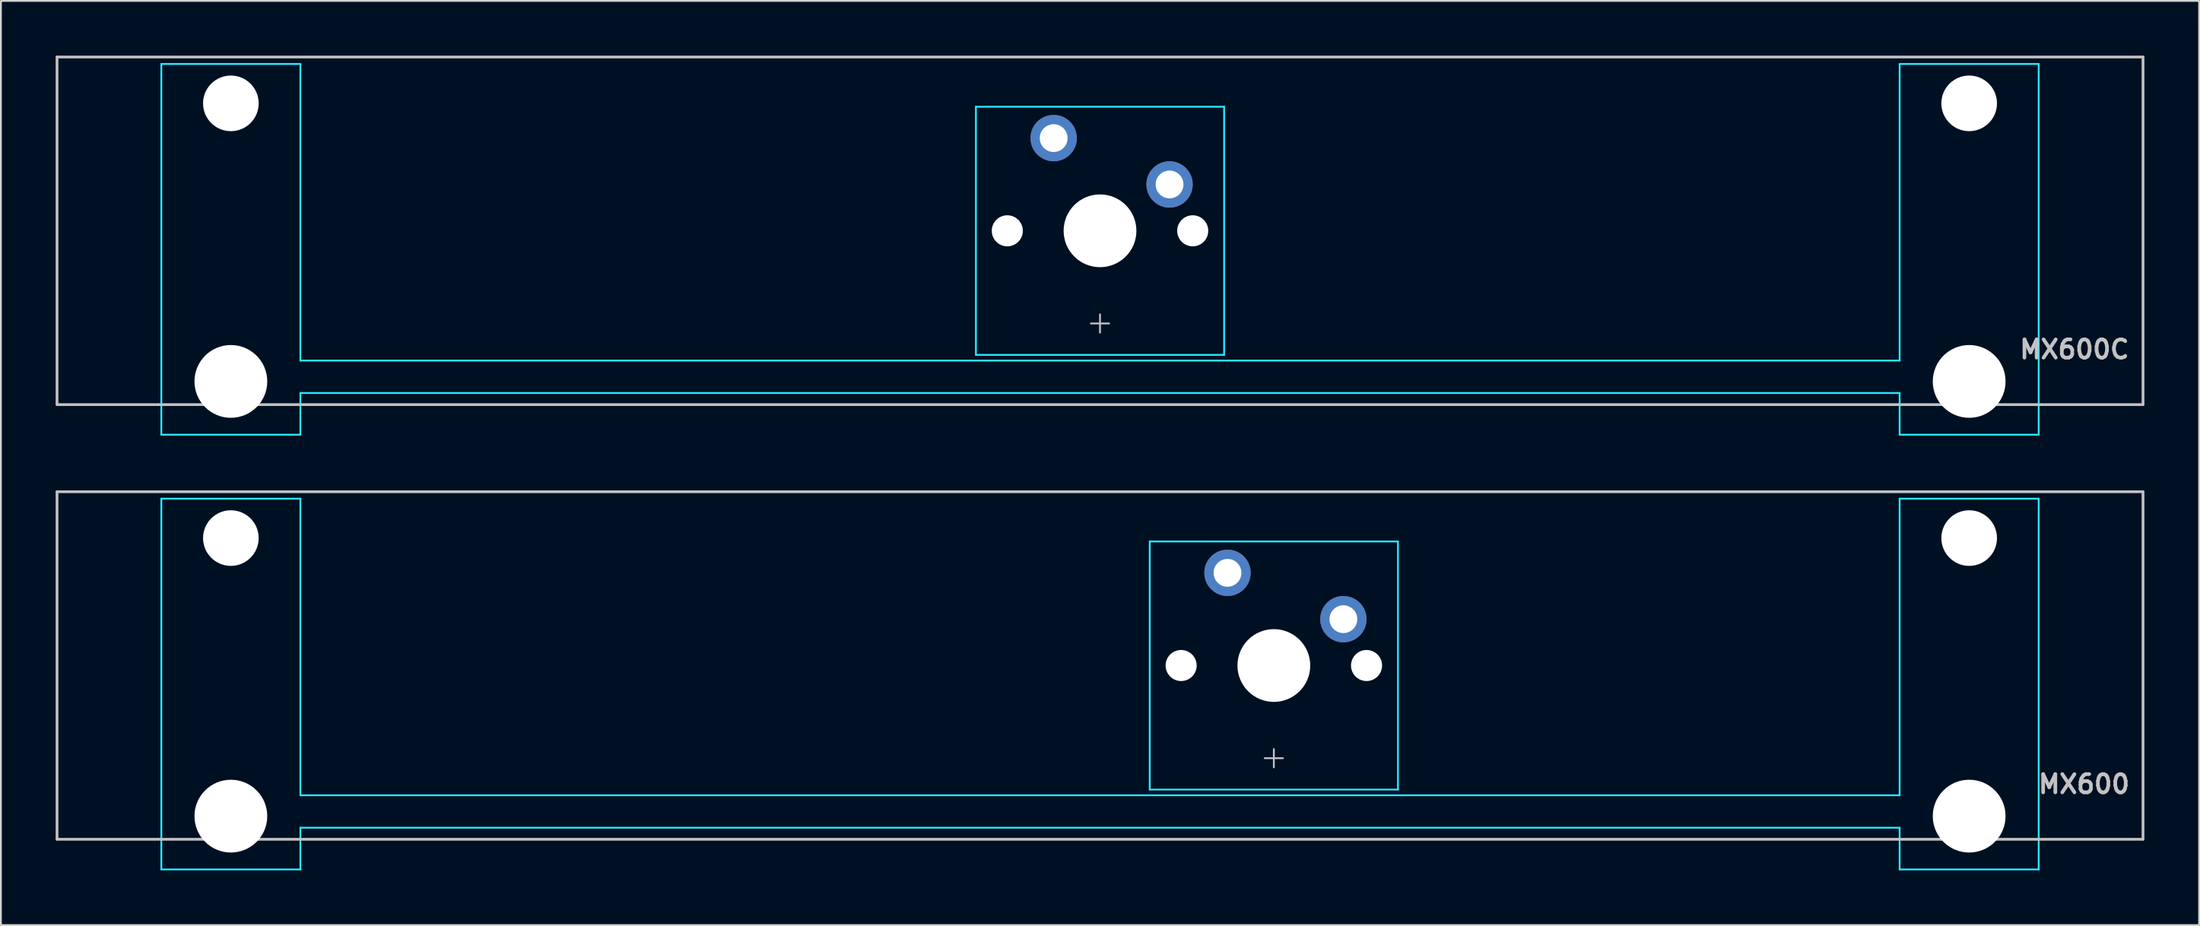
<source format=kicad_pcb>
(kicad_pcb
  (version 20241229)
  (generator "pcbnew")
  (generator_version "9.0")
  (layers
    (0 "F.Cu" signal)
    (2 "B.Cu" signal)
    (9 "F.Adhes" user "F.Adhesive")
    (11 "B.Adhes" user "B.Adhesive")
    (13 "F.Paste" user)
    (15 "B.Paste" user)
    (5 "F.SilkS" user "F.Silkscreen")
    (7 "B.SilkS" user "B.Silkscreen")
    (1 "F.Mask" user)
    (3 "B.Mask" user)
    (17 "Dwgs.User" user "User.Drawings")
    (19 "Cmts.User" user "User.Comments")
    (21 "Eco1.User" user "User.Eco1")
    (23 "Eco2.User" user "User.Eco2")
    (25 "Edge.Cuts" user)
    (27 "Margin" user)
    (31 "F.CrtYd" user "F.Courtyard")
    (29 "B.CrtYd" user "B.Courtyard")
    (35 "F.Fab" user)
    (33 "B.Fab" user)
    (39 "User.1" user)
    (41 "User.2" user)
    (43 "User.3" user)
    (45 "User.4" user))
  (footprint "MX600"
    (layer "F.Cu")
    (at 66.75 33.426)
    (property "Reference" "MX600" (at 47 6.5 0) (layer "Dwgs.User") (effects (font (size 1 1) (thickness 0.2)) (justify right)))
    (attr through_hole)
    (fp_line (start -66.675 -9.525) (end 47.625 -9.525) (stroke (width 0.15) (type solid)) (layer "Dwgs.User"))
    (fp_line (start -66.675 9.525) (end -66.675 -9.525) (stroke (width 0.15) (type solid)) (layer "Dwgs.User"))
    (fp_line (start -66.675 9.525) (end 47.625 9.525) (stroke (width 0.15) (type solid)) (layer "Dwgs.User"))
    (fp_line (start -0.5 5.08) (end 0.5 5.08) (stroke (width 0.1) (type solid)) (layer "Dwgs.User"))
    (fp_line (start 0 5.58) (end 0 4.58) (stroke (width 0.1) (type solid)) (layer "Dwgs.User"))
    (fp_line (start 47.625 -9.525) (end 47.625 9.525) (stroke (width 0.15) (type solid)) (layer "Dwgs.User"))
    (fp_line (start -60.65 -5.485) (end -60.65 8.515) (stroke (width 0.1) (type solid)) (layer "Eco1.User"))
    (fp_line (start -60.15 -5.985) (end -54.15 -5.985) (stroke (width 0.1) (type solid)) (layer "Eco1.User"))
    (fp_line (start -54.15 9.015) (end -60.15 9.015) (stroke (width 0.1) (type solid)) (layer "Eco1.User"))
    (fp_line (start -53.65 8.515) (end -53.65 -5.485) (stroke (width 0.1) (type solid)) (layer "Eco1.User"))
    (fp_line (start -7 -6.5) (end -7 6.5) (stroke (width 0.1) (type solid)) (layer "Eco1.User"))
    (fp_line (start -6.5 7) (end 6.5 7) (stroke (width 0.1) (type solid)) (layer "Eco1.User"))
    (fp_line (start 6.5 -7) (end -6.5 -7) (stroke (width 0.1) (type solid)) (layer "Eco1.User"))
    (fp_line (start 7 6.5) (end 7 -6.5) (stroke (width 0.1) (type solid)) (layer "Eco1.User"))
    (fp_line (start 34.6 -5.485) (end 34.6 8.515) (stroke (width 0.1) (type solid)) (layer "Eco1.User"))
    (fp_line (start 35.1 -5.985) (end 41.1 -5.985) (stroke (width 0.1) (type solid)) (layer "Eco1.User"))
    (fp_line (start 41.1 9.015) (end 35.1 9.015) (stroke (width 0.1) (type solid)) (layer "Eco1.User"))
    (fp_line (start 41.6 8.515) (end 41.6 -5.485) (stroke (width 0.1) (type solid)) (layer "Eco1.User"))
    (fp_arc (start -60.65 -5.485) (mid -60.503553 -5.838553) (end -60.15 -5.985) (stroke (width 0.1) (type solid)) (layer "Eco1.User"))
    (fp_arc (start -60.15 9.015) (mid -60.503553 8.868553) (end -60.65 8.515) (stroke (width 0.1) (type solid)) (layer "Eco1.User"))
    (fp_arc (start -54.15 -5.985) (mid -53.796447 -5.838553) (end -53.65 -5.485) (stroke (width 0.1) (type solid)) (layer "Eco1.User"))
    (fp_arc (start -53.65 8.515) (mid -53.796447 8.868553) (end -54.15 9.015) (stroke (width 0.1) (type solid)) (layer "Eco1.User"))
    (fp_arc (start -7 -6.5) (mid -6.853553 -6.853553) (end -6.5 -7) (stroke (width 0.1) (type solid)) (layer "Eco1.User"))
    (fp_arc (start -6.5 7) (mid -6.853553 6.853553) (end -7 6.5) (stroke (width 0.1) (type solid)) (layer "Eco1.User"))
    (fp_arc (start 6.5 -7) (mid 6.853553 -6.853553) (end 7 -6.5) (stroke (width 0.1) (type solid)) (layer "Eco1.User"))
    (fp_arc (start 7 6.5) (mid 6.853553 6.853553) (end 6.5 7) (stroke (width 0.1) (type solid)) (layer "Eco1.User"))
    (fp_arc (start 34.6 -5.485) (mid 34.746447 -5.838553) (end 35.1 -5.985) (stroke (width 0.1) (type solid)) (layer "Eco1.User"))
    (fp_arc (start 35.1 9.015) (mid 34.746447 8.868553) (end 34.6 8.515) (stroke (width 0.1) (type solid)) (layer "Eco1.User"))
    (fp_arc (start 41.1 -5.985) (mid 41.453553 -5.838553) (end 41.6 -5.485) (stroke (width 0.1) (type solid)) (layer "Eco1.User"))
    (fp_arc (start 41.6 8.515) (mid 41.453553 8.868553) (end 41.1 9.015) (stroke (width 0.1) (type solid)) (layer "Eco1.User"))
    (fp_line (start -60.96 -9.144) (end -60.96 11.176) (stroke (width 0.1) (type solid)) (layer "B.CrtYd"))
    (fp_line (start -60.96 -9.144) (end -53.34 -9.144) (stroke (width 0.1) (type solid)) (layer "B.CrtYd"))
    (fp_line (start -60.96 11.176) (end -53.34 11.176) (stroke (width 0.1) (type solid)) (layer "B.CrtYd"))
    (fp_line (start -53.34 7.112) (end -53.34 -9.144) (stroke (width 0.1) (type solid)) (layer "B.CrtYd"))
    (fp_line (start -53.34 7.112) (end 34.29 7.112) (stroke (width 0.1) (type solid)) (layer "B.CrtYd"))
    (fp_line (start -53.34 8.89) (end -53.34 11.176) (stroke (width 0.1) (type solid)) (layer "B.CrtYd"))
    (fp_line (start -53.34 8.89) (end 34.29 8.89) (stroke (width 0.1) (type solid)) (layer "B.CrtYd"))
    (fp_line (start -6.8 -6.8) (end -6.8 6.8) (stroke (width 0.1) (type solid)) (layer "B.CrtYd"))
    (fp_line (start -6.8 -6.8) (end 6.8 -6.8) (stroke (width 0.1) (type solid)) (layer "B.CrtYd"))
    (fp_line (start -6.8 6.8) (end 6.8 6.8) (stroke (width 0.1) (type solid)) (layer "B.CrtYd"))
    (fp_line (start 6.8 6.8) (end 6.8 -6.8) (stroke (width 0.1) (type solid)) (layer "B.CrtYd"))
    (fp_line (start 34.29 -9.144) (end 41.91 -9.144) (stroke (width 0.1) (type solid)) (layer "B.CrtYd"))
    (fp_line (start 34.29 7.112) (end 34.29 -9.144) (stroke (width 0.1) (type solid)) (layer "B.CrtYd"))
    (fp_line (start 34.29 8.89) (end 34.29 11.176) (stroke (width 0.1) (type solid)) (layer "B.CrtYd"))
    (fp_line (start 34.29 11.176) (end 41.91 11.176) (stroke (width 0.1) (type solid)) (layer "B.CrtYd"))
    (fp_line (start 41.91 -9.144) (end 41.91 11.176) (stroke (width 0.1) (type solid)) (layer "B.CrtYd"))
    (pad "" np_thru_hole circle (at -57.15 -6.985 180) (size 3.048 3.048) (drill 3.048) (layers "*.Cu" "*.Mask"))
    (pad "" np_thru_hole circle (at -57.15 8.255 180) (size 3.988 3.988) (drill 3.988) (layers "*.Cu" "*.Mask"))
    (pad "" np_thru_hole circle (at -5.08 0) (size 1.702 1.702) (drill 1.702) (layers "*.Cu" "*.Mask"))
    (pad "" connect circle (at -2.54 -5.08) (size 1.524 1.524) (layers "B.Mask"))
    (pad "" np_thru_hole circle (at 0 0) (size 3.988 3.988) (drill 3.988) (layers "*.Cu" "*.Mask"))
    (pad "" connect circle (at 3.81 -2.54) (size 1.524 1.524) (layers "B.Mask"))
    (pad "" np_thru_hole circle (at 5.08 0) (size 1.702 1.702) (drill 1.702) (layers "*.Cu" "*.Mask"))
    (pad "" np_thru_hole circle (at 38.1 -6.985 180) (size 3.048 3.048) (drill 3.048) (layers "*.Cu" "*.Mask"))
    (pad "" np_thru_hole circle (at 38.1 8.255 180) (size 3.988 3.988) (drill 3.988) (layers "*.Cu" "*.Mask"))
    (pad "1" thru_hole circle (at -2.54 -5.08) (size 2.54 2.54) (drill 1.524) (layers "*.Cu" "F.Mask"))
    (pad "2" thru_hole circle (at 3.81 -2.54) (size 2.54 2.54) (drill 1.524) (layers "*.Cu" "F.Mask")))
  (footprint "MX600C"
    (layer "F.Cu")
    (at 57.225 9.6)
    (property "Reference" "MX600C" (at 56.5 6.5 0) (layer "Dwgs.User") (effects (font (size 1 1) (thickness 0.2)) (justify right)))
    (attr through_hole)
    (fp_line (start -57.15 -9.525) (end 57.15 -9.525) (stroke (width 0.15) (type solid)) (layer "Dwgs.User"))
    (fp_line (start -57.15 9.525) (end -57.15 -9.525) (stroke (width 0.15) (type solid)) (layer "Dwgs.User"))
    (fp_line (start -57.15 9.525) (end 57.15 9.525) (stroke (width 0.15) (type solid)) (layer "Dwgs.User"))
    (fp_line (start -0.5 5.08) (end 0.5 5.08) (stroke (width 0.1) (type solid)) (layer "Dwgs.User"))
    (fp_line (start 0 5.58) (end 0 4.58) (stroke (width 0.1) (type solid)) (layer "Dwgs.User"))
    (fp_line (start 57.15 -9.525) (end 57.15 9.525) (stroke (width 0.15) (type solid)) (layer "Dwgs.User"))
    (fp_line (start -51.125 -5.485) (end -51.125 8.515) (stroke (width 0.1) (type solid)) (layer "Eco1.User"))
    (fp_line (start -50.625 -5.985) (end -44.625 -5.985) (stroke (width 0.1) (type solid)) (layer "Eco1.User"))
    (fp_line (start -44.625 9.015) (end -50.625 9.015) (stroke (width 0.1) (type solid)) (layer "Eco1.User"))
    (fp_line (start -44.125 8.515) (end -44.125 -5.485) (stroke (width 0.1) (type solid)) (layer "Eco1.User"))
    (fp_line (start -7 -6.5) (end -7 6.5) (stroke (width 0.1) (type solid)) (layer "Eco1.User"))
    (fp_line (start -6.5 7) (end 6.5 7) (stroke (width 0.1) (type solid)) (layer "Eco1.User"))
    (fp_line (start 6.5 -7) (end -6.5 -7) (stroke (width 0.1) (type solid)) (layer "Eco1.User"))
    (fp_line (start 7 6.5) (end 7 -6.5) (stroke (width 0.1) (type solid)) (layer "Eco1.User"))
    (fp_line (start 44.125 -5.485) (end 44.125 8.515) (stroke (width 0.1) (type solid)) (layer "Eco1.User"))
    (fp_line (start 44.625 -5.985) (end 50.625 -5.985) (stroke (width 0.1) (type solid)) (layer "Eco1.User"))
    (fp_line (start 50.625 9.015) (end 44.625 9.015) (stroke (width 0.1) (type solid)) (layer "Eco1.User"))
    (fp_line (start 51.125 8.515) (end 51.125 -5.485) (stroke (width 0.1) (type solid)) (layer "Eco1.User"))
    (fp_arc (start -51.125 -5.485) (mid -50.978553 -5.838553) (end -50.625 -5.985) (stroke (width 0.1) (type solid)) (layer "Eco1.User"))
    (fp_arc (start -50.625 9.015) (mid -50.978553 8.868553) (end -51.125 8.515) (stroke (width 0.1) (type solid)) (layer "Eco1.User"))
    (fp_arc (start -44.625 -5.985) (mid -44.271447 -5.838553) (end -44.125 -5.485) (stroke (width 0.1) (type solid)) (layer "Eco1.User"))
    (fp_arc (start -44.125 8.515) (mid -44.271447 8.868553) (end -44.625 9.015) (stroke (width 0.1) (type solid)) (layer "Eco1.User"))
    (fp_arc (start -7 -6.5) (mid -6.853553 -6.853553) (end -6.5 -7) (stroke (width 0.1) (type solid)) (layer "Eco1.User"))
    (fp_arc (start -6.5 7) (mid -6.853553 6.853553) (end -7 6.5) (stroke (width 0.1) (type solid)) (layer "Eco1.User"))
    (fp_arc (start 6.5 -7) (mid 6.853553 -6.853553) (end 7 -6.5) (stroke (width 0.1) (type solid)) (layer "Eco1.User"))
    (fp_arc (start 7 6.5) (mid 6.853553 6.853553) (end 6.5 7) (stroke (width 0.1) (type solid)) (layer "Eco1.User"))
    (fp_arc (start 44.125 -5.485) (mid 44.271447 -5.838553) (end 44.625 -5.985) (stroke (width 0.1) (type solid)) (layer "Eco1.User"))
    (fp_arc (start 44.625 9.015) (mid 44.271447 8.868553) (end 44.125 8.515) (stroke (width 0.1) (type solid)) (layer "Eco1.User"))
    (fp_arc (start 50.625 -5.985) (mid 50.978553 -5.838553) (end 51.125 -5.485) (stroke (width 0.1) (type solid)) (layer "Eco1.User"))
    (fp_arc (start 51.125 8.515) (mid 50.978553 8.868553) (end 50.625 9.015) (stroke (width 0.1) (type solid)) (layer "Eco1.User"))
    (fp_line (start -51.435 -9.144) (end -51.435 11.176) (stroke (width 0.1) (type solid)) (layer "B.CrtYd"))
    (fp_line (start -51.435 -9.144) (end -43.815 -9.144) (stroke (width 0.1) (type solid)) (layer "B.CrtYd"))
    (fp_line (start -51.435 11.176) (end -43.815 11.176) (stroke (width 0.1) (type solid)) (layer "B.CrtYd"))
    (fp_line (start -43.815 7.112) (end -43.815 -9.144) (stroke (width 0.1) (type solid)) (layer "B.CrtYd"))
    (fp_line (start -43.815 7.112) (end 43.815 7.112) (stroke (width 0.1) (type solid)) (layer "B.CrtYd"))
    (fp_line (start -43.815 8.89) (end -43.815 11.176) (stroke (width 0.1) (type solid)) (layer "B.CrtYd"))
    (fp_line (start -43.815 8.89) (end 43.815 8.89) (stroke (width 0.1) (type solid)) (layer "B.CrtYd"))
    (fp_line (start -6.8 -6.8) (end -6.8 6.8) (stroke (width 0.1) (type solid)) (layer "B.CrtYd"))
    (fp_line (start -6.8 -6.8) (end 6.8 -6.8) (stroke (width 0.1) (type solid)) (layer "B.CrtYd"))
    (fp_line (start -6.8 6.8) (end 6.8 6.8) (stroke (width 0.1) (type solid)) (layer "B.CrtYd"))
    (fp_line (start 6.8 6.8) (end 6.8 -6.8) (stroke (width 0.1) (type solid)) (layer "B.CrtYd"))
    (fp_line (start 43.815 -9.144) (end 51.435 -9.144) (stroke (width 0.1) (type solid)) (layer "B.CrtYd"))
    (fp_line (start 43.815 7.112) (end 43.815 -9.144) (stroke (width 0.1) (type solid)) (layer "B.CrtYd"))
    (fp_line (start 43.815 8.89) (end 43.815 11.176) (stroke (width 0.1) (type solid)) (layer "B.CrtYd"))
    (fp_line (start 43.815 11.176) (end 51.435 11.176) (stroke (width 0.1) (type solid)) (layer "B.CrtYd"))
    (fp_line (start 51.435 -9.144) (end 51.435 11.176) (stroke (width 0.1) (type solid)) (layer "B.CrtYd"))
    (pad "" np_thru_hole circle (at -47.625 -6.985 180) (size 3.048 3.048) (drill 3.048) (layers "*.Cu" "*.Mask"))
    (pad "" np_thru_hole circle (at -47.625 8.255 180) (size 3.988 3.988) (drill 3.988) (layers "*.Cu" "*.Mask"))
    (pad "" np_thru_hole circle (at -5.08 0) (size 1.702 1.702) (drill 1.702) (layers "*.Cu" "*.Mask"))
    (pad "" connect circle (at -2.54 -5.08) (size 1.524 1.524) (layers "B.Mask"))
    (pad "" np_thru_hole circle (at 0 0) (size 3.988 3.988) (drill 3.988) (layers "*.Cu" "*.Mask"))
    (pad "" connect circle (at 3.81 -2.54) (size 1.524 1.524) (layers "B.Mask"))
    (pad "" np_thru_hole circle (at 5.08 0) (size 1.702 1.702) (drill 1.702) (layers "*.Cu" "*.Mask"))
    (pad "" np_thru_hole circle (at 47.625 -6.985 180) (size 3.048 3.048) (drill 3.048) (layers "*.Cu" "*.Mask"))
    (pad "" np_thru_hole circle (at 47.625 8.255 180) (size 3.988 3.988) (drill 3.988) (layers "*.Cu" "*.Mask"))
    (pad "1" thru_hole circle (at -2.54 -5.08) (size 2.54 2.54) (drill 1.524) (layers "*.Cu" "F.Mask"))
    (pad "2" thru_hole circle (at 3.81 -2.54) (size 2.54 2.54) (drill 1.524) (layers "*.Cu" "F.Mask")))
  (gr_rect
    (start -3 -3)
    (end 117.45 47.652)
    (stroke (width 0.1) (type default))
    (fill no)
    (layer "Edge.Cuts")))
</source>
